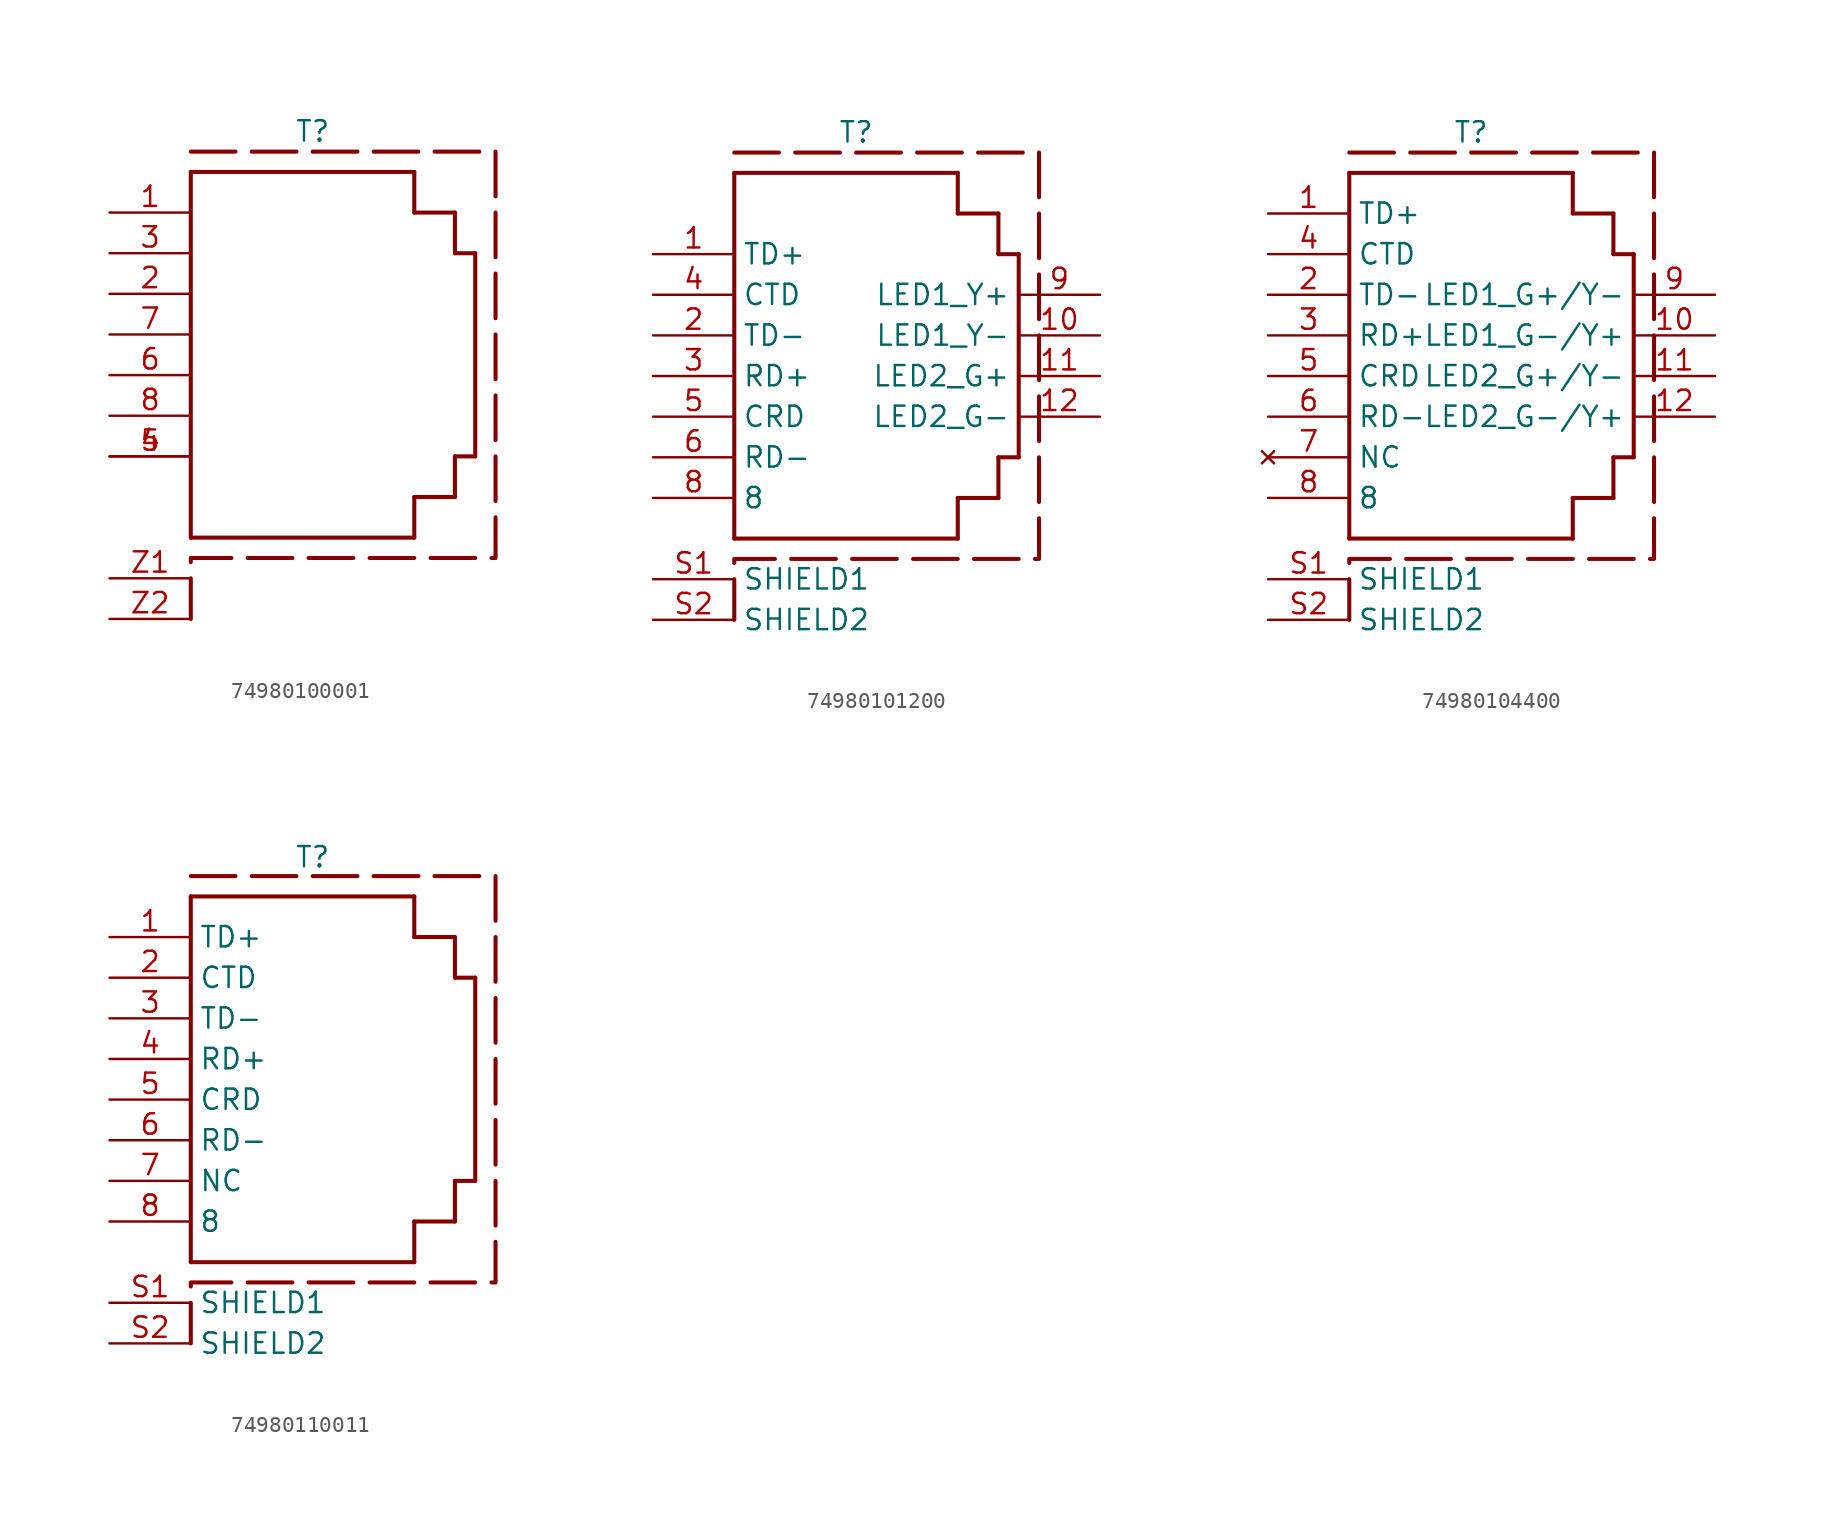
<source format=kicad_sym>
(kicad_symbol_lib
  (version 20220914)
  (generator kicad_symbol_editor)
  (symbol "74980100001"
    (pin_names hide)
    (property "Reference" "T"
      (at 0 15.24 0)
      (effects (font (size 1.27 1.27))))
    (property "Critical Parameter" ""
      (at 0 -5.08 0)
      (effects (font (size 1.27 1.27)) (justify left)))
    (symbol "74980100001_0_0"
      (polyline (pts (xy -7.62 -10.16) (xy -7.62 12.7)) (stroke (width 0.254) (type default)) (fill (type none)))
      (polyline (pts (xy -7.62 12.7) (xy 6.35 12.7)) (stroke (width 0.254) (type default)) (fill (type none)))
      (polyline (pts (xy 6.35 -10.16) (xy -7.62 -10.16)) (stroke (width 0.254) (type default)) (fill (type none)))
      (polyline (pts (xy 6.35 -10.16) (xy 6.35 -7.62)) (stroke (width 0.254) (type default)) (fill (type none)))
      (polyline (pts (xy 6.35 -7.62) (xy 8.89 -7.62)) (stroke (width 0.254) (type default)) (fill (type none)))
      (polyline (pts (xy 6.35 10.16) (xy 8.89 10.16)) (stroke (width 0.254) (type default)) (fill (type none)))
      (polyline (pts (xy 6.35 12.7) (xy 6.35 10.16)) (stroke (width 0.254) (type default)) (fill (type none)))
      (polyline (pts (xy 8.89 -7.62) (xy 8.89 -5.08)) (stroke (width 0.254) (type default)) (fill (type none)))
      (polyline (pts (xy 8.89 -5.08) (xy 10.16 -5.08)) (stroke (width 0.254) (type default)) (fill (type none)))
      (polyline (pts (xy 8.89 7.62) (xy 10.16 7.62)) (stroke (width 0.254) (type default)) (fill (type none)))
      (polyline (pts (xy 8.89 10.16) (xy 8.89 7.62)) (stroke (width 0.254) (type default)) (fill (type none)))
      (polyline (pts (xy 10.16 7.62) (xy 10.16 -5.08)) (stroke (width 0.254) (type default)) (fill (type none)))
      (pin passive line (at -12.7 10.16 0) (length 5.08) (name "TD+" (effects (font (size 1.27 1.27)))) (number "1" (effects (font (size 1.27 1.27)))))
      (pin passive line (at -12.7 5.08 0) (length 5.08) (name "TD-" (effects (font (size 1.27 1.27)))) (number "2" (effects (font (size 1.27 1.27)))))
      (pin passive line (at -12.7 7.62 0) (length 5.08) (name "CTD" (effects (font (size 1.27 1.27)))) (number "3" (effects (font (size 1.27 1.27)))))
      (pin passive line (at -12.7 -5.08 0) (length 5.08) (name "GND" (effects (font (size 1.27 1.27)))) (number "4" (effects (font (size 1.27 1.27)))))
      (pin passive line (at -12.7 -5.08 0) (length 5.08) (name "GND__1" (effects (font (size 1.27 1.27)))) (number "5" (effects (font (size 1.27 1.27)))))
      (pin passive line (at -12.7 0 0) (length 5.08) (name "CRD" (effects (font (size 1.27 1.27)))) (number "6" (effects (font (size 1.27 1.27)))))
      (pin passive line (at -12.7 2.54 0) (length 5.08) (name "RD+" (effects (font (size 1.27 1.27)))) (number "7" (effects (font (size 1.27 1.27)))))
      (pin passive line (at -12.7 -2.54 0) (length 5.08) (name "RD-" (effects (font (size 1.27 1.27)))) (number "8" (effects (font (size 1.27 1.27)))))
      (pin passive line (at -12.7 -12.7 0) (length 5.08) (name "SHIELD1" (effects (font (size 1.27 1.27)))) (number "Z1" (effects (font (size 1.27 1.27)))))
      (pin passive line (at -12.7 -15.24 0) (length 5.08) (name "SHIELD2" (effects (font (size 1.27 1.27)))) (number "Z2" (effects (font (size 1.27 1.27))))))
    (symbol "74980100001_1_1"
      (polyline (pts (xy -7.62 13.97) (xy 11.43 13.97) (xy 11.43 -11.43) (xy -7.62 -11.43) (xy -7.62 -15.24)) (stroke (width 0.254) (type dash)) (fill (type none)))))
  (symbol "74980101200"
    (property "Reference" "T"
      (at 0 15.24 0)
      (effects (font (size 1.27 1.27))))
    (property "Critical Parameter" ""
      (at 0 -5.08 0)
      (effects (font (size 1.27 1.27)) (justify left)))
    (symbol "74980101200_0_0"
      (polyline (pts (xy -7.62 -10.16) (xy -7.62 12.7)) (stroke (width 0.254) (type default)) (fill (type none)))
      (polyline (pts (xy -7.62 12.7) (xy 6.35 12.7)) (stroke (width 0.254) (type default)) (fill (type none)))
      (polyline (pts (xy 6.35 -10.16) (xy -7.62 -10.16)) (stroke (width 0.254) (type default)) (fill (type none)))
      (polyline (pts (xy 6.35 -10.16) (xy 6.35 -7.62)) (stroke (width 0.254) (type default)) (fill (type none)))
      (polyline (pts (xy 6.35 -7.62) (xy 8.89 -7.62)) (stroke (width 0.254) (type default)) (fill (type none)))
      (polyline (pts (xy 6.35 10.16) (xy 8.89 10.16)) (stroke (width 0.254) (type default)) (fill (type none)))
      (polyline (pts (xy 6.35 12.7) (xy 6.35 10.16)) (stroke (width 0.254) (type default)) (fill (type none)))
      (polyline (pts (xy 8.89 -7.62) (xy 8.89 -5.08)) (stroke (width 0.254) (type default)) (fill (type none)))
      (polyline (pts (xy 8.89 -5.08) (xy 10.16 -5.08)) (stroke (width 0.254) (type default)) (fill (type none)))
      (polyline (pts (xy 8.89 7.62) (xy 10.16 7.62)) (stroke (width 0.254) (type default)) (fill (type none)))
      (polyline (pts (xy 8.89 10.16) (xy 8.89 7.62)) (stroke (width 0.254) (type default)) (fill (type none)))
      (polyline (pts (xy 10.16 7.62) (xy 10.16 -5.08)) (stroke (width 0.254) (type default)) (fill (type none)))
      (pin passive line (at -12.7 7.62 0) (length 5.08) (name "TD+" (effects (font (size 1.27 1.27)))) (number "1" (effects (font (size 1.27 1.27)))))
      (pin passive line (at -12.7 2.54 0) (length 5.08) (name "TD-" (effects (font (size 1.27 1.27)))) (number "2" (effects (font (size 1.27 1.27)))))
      (pin passive line (at -12.7 0 0) (length 5.08) (name "RD+" (effects (font (size 1.27 1.27)))) (number "3" (effects (font (size 1.27 1.27)))))
      (pin passive line (at -12.7 5.08 0) (length 5.08) (name "CTD" (effects (font (size 1.27 1.27)))) (number "4" (effects (font (size 1.27 1.27)))))
      (pin passive line (at -12.7 -2.54 0) (length 5.08) (name "CRD" (effects (font (size 1.27 1.27)))) (number "5" (effects (font (size 1.27 1.27)))))
      (pin passive line (at -12.7 -5.08 0) (length 5.08) (name "RD-" (effects (font (size 1.27 1.27)))) (number "6" (effects (font (size 1.27 1.27)))))
      (pin passive line (at -12.7 -7.62 0) (length 5.08) (name "8" (effects (font (size 1.27 1.27)))) (number "8" (effects (font (size 1.27 1.27)))))
      (pin passive line (at -12.7 -12.7 0) (length 5.08) (name "SHIELD1" (effects (font (size 1.27 1.27)))) (number "S1" (effects (font (size 1.27 1.27)))))
      (pin passive line (at -12.7 -15.24 0) (length 5.08) (name "SHIELD2" (effects (font (size 1.27 1.27)))) (number "S2" (effects (font (size 1.27 1.27))))))
    (symbol "74980101200_1_0"
      (pin passive line (at 15.24 2.54 180) (length 5.08) (name "LED1_Y-" (effects (font (size 1.27 1.27)))) (number "10" (effects (font (size 1.27 1.27)))))
      (pin passive line (at 15.24 0 180) (length 5.08) (name "LED2_G+" (effects (font (size 1.27 1.27)))) (number "11" (effects (font (size 1.27 1.27)))))
      (pin passive line (at 15.24 -2.54 180) (length 5.08) (name "LED2_G-" (effects (font (size 1.27 1.27)))) (number "12" (effects (font (size 1.27 1.27)))))
      (pin passive line (at 15.24 5.08 180) (length 5.08) (name "LED1_Y+" (effects (font (size 1.27 1.27)))) (number "9" (effects (font (size 1.27 1.27))))))
    (symbol "74980101200_1_1"
      (polyline (pts (xy -7.62 13.97) (xy 11.43 13.97) (xy 11.43 -11.43) (xy -7.62 -11.43) (xy -7.62 -15.24)) (stroke (width 0.254) (type dash)) (fill (type none)))))
  (symbol "74980104400"
    (property "Reference" "T"
      (at 0 15.24 0)
      (effects (font (size 1.27 1.27))))
    (property "Critical Parameter" ""
      (at 0 -5.08 0)
      (effects (font (size 1.27 1.27)) (justify left)))
    (symbol "74980104400_0_0"
      (polyline (pts (xy -7.62 -10.16) (xy -7.62 12.7)) (stroke (width 0.254) (type default)) (fill (type none)))
      (polyline (pts (xy -7.62 12.7) (xy 6.35 12.7)) (stroke (width 0.254) (type default)) (fill (type none)))
      (polyline (pts (xy 6.35 -10.16) (xy -7.62 -10.16)) (stroke (width 0.254) (type default)) (fill (type none)))
      (polyline (pts (xy 6.35 -10.16) (xy 6.35 -7.62)) (stroke (width 0.254) (type default)) (fill (type none)))
      (polyline (pts (xy 6.35 -7.62) (xy 8.89 -7.62)) (stroke (width 0.254) (type default)) (fill (type none)))
      (polyline (pts (xy 6.35 10.16) (xy 8.89 10.16)) (stroke (width 0.254) (type default)) (fill (type none)))
      (polyline (pts (xy 6.35 12.7) (xy 6.35 10.16)) (stroke (width 0.254) (type default)) (fill (type none)))
      (polyline (pts (xy 8.89 -7.62) (xy 8.89 -5.08)) (stroke (width 0.254) (type default)) (fill (type none)))
      (polyline (pts (xy 8.89 -5.08) (xy 10.16 -5.08)) (stroke (width 0.254) (type default)) (fill (type none)))
      (polyline (pts (xy 8.89 7.62) (xy 10.16 7.62)) (stroke (width 0.254) (type default)) (fill (type none)))
      (polyline (pts (xy 8.89 10.16) (xy 8.89 7.62)) (stroke (width 0.254) (type default)) (fill (type none)))
      (polyline (pts (xy 10.16 7.62) (xy 10.16 -5.08)) (stroke (width 0.254) (type default)) (fill (type none)))
      (pin passive line (at -12.7 10.16 0) (length 5.08) (name "TD+" (effects (font (size 1.27 1.27)))) (number "1" (effects (font (size 1.27 1.27)))))
      (pin passive line (at -12.7 5.08 0) (length 5.08) (name "TD-" (effects (font (size 1.27 1.27)))) (number "2" (effects (font (size 1.27 1.27)))))
      (pin passive line (at -12.7 2.54 0) (length 5.08) (name "RD+" (effects (font (size 1.27 1.27)))) (number "3" (effects (font (size 1.27 1.27)))))
      (pin passive line (at -12.7 7.62 0) (length 5.08) (name "CTD" (effects (font (size 1.27 1.27)))) (number "4" (effects (font (size 1.27 1.27)))))
      (pin passive line (at -12.7 0 0) (length 5.08) (name "CRD" (effects (font (size 1.27 1.27)))) (number "5" (effects (font (size 1.27 1.27)))))
      (pin passive line (at -12.7 -2.54 0) (length 5.08) (name "RD-" (effects (font (size 1.27 1.27)))) (number "6" (effects (font (size 1.27 1.27)))))
      (pin passive line (at -12.7 -7.62 0) (length 5.08) (name "8" (effects (font (size 1.27 1.27)))) (number "8" (effects (font (size 1.27 1.27)))))
      (pin passive line (at -12.7 -12.7 0) (length 5.08) (name "SHIELD1" (effects (font (size 1.27 1.27)))) (number "S1" (effects (font (size 1.27 1.27)))))
      (pin passive line (at -12.7 -15.24 0) (length 5.08) (name "SHIELD2" (effects (font (size 1.27 1.27)))) (number "S2" (effects (font (size 1.27 1.27))))))
    (symbol "74980104400_1_0"
      (pin passive line (at 15.24 2.54 180) (length 5.08) (name "LED1_G-/Y+" (effects (font (size 1.27 1.27)))) (number "10" (effects (font (size 1.27 1.27)))))
      (pin passive line (at 15.24 0 180) (length 5.08) (name "LED2_G+/Y-" (effects (font (size 1.27 1.27)))) (number "11" (effects (font (size 1.27 1.27)))))
      (pin passive line (at 15.24 -2.54 180) (length 5.08) (name "LED2_G-/Y+" (effects (font (size 1.27 1.27)))) (number "12" (effects (font (size 1.27 1.27)))))
      (pin no_connect line (at -12.7 -5.08 0) (length 5.08) (name "NC" (effects (font (size 1.27 1.27)))) (number "7" (effects (font (size 1.27 1.27)))))
      (pin passive line (at 15.24 5.08 180) (length 5.08) (name "LED1_G+/Y-" (effects (font (size 1.27 1.27)))) (number "9" (effects (font (size 1.27 1.27))))))
    (symbol "74980104400_1_1"
      (polyline (pts (xy -7.62 13.97) (xy 11.43 13.97) (xy 11.43 -11.43) (xy -7.62 -11.43) (xy -7.62 -15.24)) (stroke (width 0.254) (type dash)) (fill (type none)))))
  (symbol "74980110011"
    (property "Reference" "T"
      (at 0 15.16 0)
      (effects (font (size 1.27 1.27))))
    (property "Critical Parameter" ""
      (at 0 -5.08 0)
      (effects (font (size 1.27 1.27)) (justify left)))
    (symbol "74980110011_0_0"
      (polyline (pts (xy -7.62 -10.16) (xy -7.62 12.7)) (stroke (width 0.254) (type default)) (fill (type none)))
      (polyline (pts (xy -7.62 12.7) (xy 6.35 12.7)) (stroke (width 0.254) (type default)) (fill (type none)))
      (polyline (pts (xy 6.35 -10.16) (xy -7.62 -10.16)) (stroke (width 0.254) (type default)) (fill (type none)))
      (polyline (pts (xy 6.35 -10.16) (xy 6.35 -7.62)) (stroke (width 0.254) (type default)) (fill (type none)))
      (polyline (pts (xy 6.35 -7.62) (xy 8.89 -7.62)) (stroke (width 0.254) (type default)) (fill (type none)))
      (polyline (pts (xy 6.35 10.16) (xy 8.89 10.16)) (stroke (width 0.254) (type default)) (fill (type none)))
      (polyline (pts (xy 6.35 12.7) (xy 6.35 10.16)) (stroke (width 0.254) (type default)) (fill (type none)))
      (polyline (pts (xy 8.89 -7.62) (xy 8.89 -5.08)) (stroke (width 0.254) (type default)) (fill (type none)))
      (polyline (pts (xy 8.89 -5.08) (xy 10.16 -5.08)) (stroke (width 0.254) (type default)) (fill (type none)))
      (polyline (pts (xy 8.89 7.62) (xy 10.16 7.62)) (stroke (width 0.254) (type default)) (fill (type none)))
      (polyline (pts (xy 8.89 10.16) (xy 8.89 7.62)) (stroke (width 0.254) (type default)) (fill (type none)))
      (polyline (pts (xy 10.16 7.62) (xy 10.16 -5.08)) (stroke (width 0.254) (type default)) (fill (type none)))
      (pin passive line (at -12.7 10.16 0) (length 5.08) (name "TD+" (effects (font (size 1.27 1.27)))) (number "1" (effects (font (size 1.27 1.27)))))
      (pin passive line (at -12.7 7.62 0) (length 5.08) (name "CTD" (effects (font (size 1.27 1.27)))) (number "2" (effects (font (size 1.27 1.27)))))
      (pin passive line (at -12.7 5.08 0) (length 5.08) (name "TD-" (effects (font (size 1.27 1.27)))) (number "3" (effects (font (size 1.27 1.27)))))
      (pin passive line (at -12.7 2.54 0) (length 5.08) (name "RD+" (effects (font (size 1.27 1.27)))) (number "4" (effects (font (size 1.27 1.27)))))
      (pin passive line (at -12.7 0 0) (length 5.08) (name "CRD" (effects (font (size 1.27 1.27)))) (number "5" (effects (font (size 1.27 1.27)))))
      (pin passive line (at -12.7 -2.54 0) (length 5.08) (name "RD-" (effects (font (size 1.27 1.27)))) (number "6" (effects (font (size 1.27 1.27)))))
      (pin passive line (at -12.7 -5.08 0) (length 5.08) (name "NC" (effects (font (size 1.27 1.27)))) (number "7" (effects (font (size 1.27 1.27)))))
      (pin passive line (at -12.7 -7.62 0) (length 5.08) (name "8" (effects (font (size 1.27 1.27)))) (number "8" (effects (font (size 1.27 1.27)))))
      (pin passive line (at -12.7 -12.7 0) (length 5.08) (name "SHIELD1" (effects (font (size 1.27 1.27)))) (number "S1" (effects (font (size 1.27 1.27)))))
      (pin passive line (at -12.7 -15.24 0) (length 5.08) (name "SHIELD2" (effects (font (size 1.27 1.27)))) (number "S2" (effects (font (size 1.27 1.27))))))
    (symbol "74980110011_1_1"
      (polyline (pts (xy -7.62 13.97) (xy 11.43 13.97) (xy 11.43 -11.43) (xy -7.62 -11.43) (xy -7.62 -15.24)) (stroke (width 0.254) (type dash)) (fill (type none))))))
</source>
